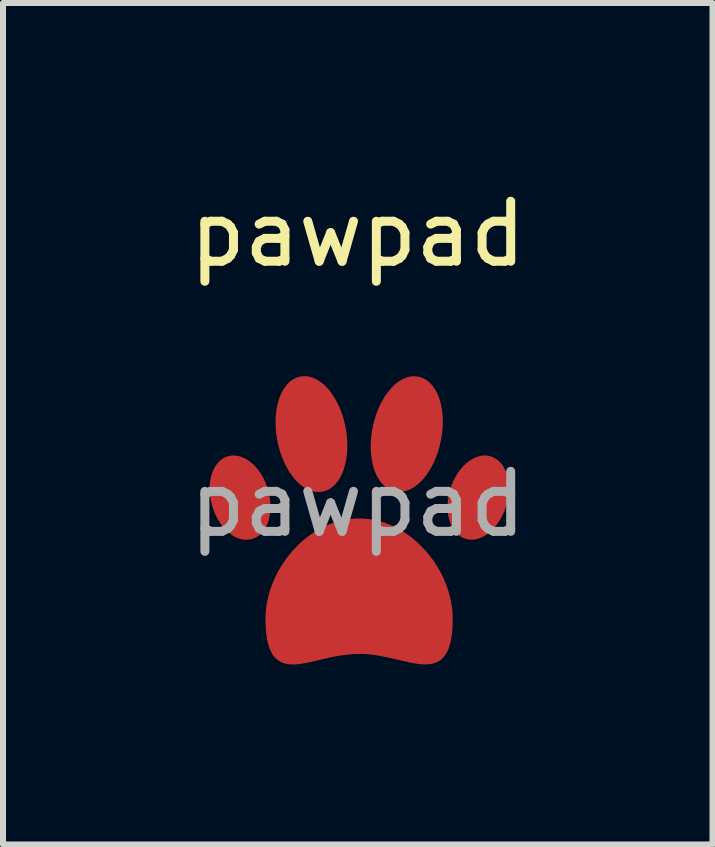
<source format=kicad_pcb>
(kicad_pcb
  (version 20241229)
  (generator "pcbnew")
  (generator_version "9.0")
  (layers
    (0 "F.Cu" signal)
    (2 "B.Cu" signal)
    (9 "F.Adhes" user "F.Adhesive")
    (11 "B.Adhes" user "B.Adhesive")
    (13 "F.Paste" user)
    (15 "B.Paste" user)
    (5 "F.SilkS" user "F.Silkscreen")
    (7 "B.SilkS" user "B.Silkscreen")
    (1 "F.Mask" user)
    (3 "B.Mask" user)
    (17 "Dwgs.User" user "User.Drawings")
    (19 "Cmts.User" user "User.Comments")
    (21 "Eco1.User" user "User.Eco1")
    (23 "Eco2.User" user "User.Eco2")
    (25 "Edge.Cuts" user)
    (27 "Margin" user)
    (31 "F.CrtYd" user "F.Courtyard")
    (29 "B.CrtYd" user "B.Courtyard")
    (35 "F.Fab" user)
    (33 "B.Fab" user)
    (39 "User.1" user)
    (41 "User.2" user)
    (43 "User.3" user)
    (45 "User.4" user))
  (footprint "pawpad"
    (layer "F.Cu")
    (at 2.911 5.348)
    (property "Reference" "pawpad" (at 0 -4.5 0) (unlocked yes) (layer "F.SilkS") (effects (font (size 1 1) (thickness 0.15))))
    (attr smd)
    (fp_text user "${REFERENCE}" (at 0 0 0) (unlocked yes) (layer "F.Fab") (effects (font (size 1 1) (thickness 0.15))))
    (pad "1" smd custom (at -1.962 -0.107) (size 0.1 0.1) (layers "F.Cu" "F.Mask") (options (anchor circle)) (primitives (gr_poly (pts (xy -0.078 -0.65) (xy -0.056 -0.647) (xy -0.034 -0.643) (xy -0.011 -0.637) (xy 0.011 -0.63) (xy 0.033 -0.621) (xy 0.055 -0.611) (xy 0.077 -0.599) (xy 0.098 -0.586) (xy 0.12 -0.572) (xy 0.141 -0.556) (xy 0.161 -0.539) (xy 0.182 -0.521) (xy 0.202 -0.502) (xy 0.221 -0.481) (xy 0.24 -0.459) (xy 0.259 -0.437) (xy 0.277 -0.413) (xy 0.294 -0.388) (xy 0.31 -0.362) (xy 0.327 -0.335) (xy 0.342 -0.307) (xy 0.356 -0.279) (xy 0.37 -0.249) (xy 0.383 -0.219) (xy 0.395 -0.187) (xy 0.406 -0.155) (xy 0.416 -0.122) (xy 0.434 -0.056) (xy 0.446 0.009) (xy 0.454 0.073) (xy 0.457 0.136) (xy 0.456 0.197) (xy 0.451 0.256) (xy 0.441 0.312) (xy 0.428 0.366) (xy 0.41 0.416) (xy 0.389 0.462) (xy 0.364 0.504) (xy 0.35 0.523) (xy 0.336 0.542) (xy 0.32 0.559) (xy 0.304 0.575) (xy 0.286 0.589) (xy 0.269 0.602) (xy 0.25 0.614) (xy 0.23 0.624) (xy 0.21 0.633) (xy 0.188 0.64) (xy 0.167 0.645) (xy 0.145 0.649) (xy 0.123 0.651) (xy 0.101 0.651) (xy 0.078 0.65) (xy 0.056 0.647) (xy 0.034 0.643) (xy 0.011 0.637) (xy -0.011 0.63) (xy -0.033 0.621) (xy -0.055 0.611) (xy -0.077 0.599) (xy -0.098 0.586) (xy -0.12 0.572) (xy -0.141 0.556) (xy -0.161 0.539) (xy -0.182 0.521) (xy -0.202 0.502) (xy -0.221 0.481) (xy -0.24 0.459) (xy -0.259 0.437) (xy -0.276 0.413) (xy -0.294 0.388) (xy -0.31 0.362) (xy -0.326 0.335) (xy -0.342 0.307) (xy -0.356 0.279) (xy -0.37 0.249) (xy -0.383 0.219) (xy -0.395 0.187) (xy -0.406 0.155) (xy -0.416 0.122) (xy -0.433 0.056) (xy -0.446 -0.009) (xy -0.454 -0.073) (xy -0.457 -0.136) (xy -0.456 -0.197) (xy -0.451 -0.256) (xy -0.441 -0.312) (xy -0.428 -0.366) (xy -0.41 -0.416) (xy -0.389 -0.462) (xy -0.364 -0.504) (xy -0.35 -0.523) (xy -0.336 -0.542) (xy -0.32 -0.559) (xy -0.304 -0.575) (xy -0.287 -0.589) (xy -0.269 -0.602) (xy -0.25 -0.614) (xy -0.23 -0.624) (xy -0.21 -0.633) (xy -0.188 -0.64) (xy -0.167 -0.645) (xy -0.145 -0.649) (xy -0.123 -0.651) (xy -0.101 -0.651)) (width 0.1) (fill yes))))
    (pad "2" smd custom (at -0.772 -1.166) (size 0.1 0.1) (layers "F.Cu" "F.Mask") (options (anchor circle)) (primitives (gr_poly (pts (xy -0.094 -0.914) (xy -0.067 -0.911) (xy -0.04 -0.906) (xy -0.013 -0.898) (xy 0.014 -0.889) (xy 0.041 -0.877) (xy 0.067 -0.863) (xy 0.094 -0.847) (xy 0.12 -0.83) (xy 0.145 -0.81) (xy 0.171 -0.788) (xy 0.195 -0.765) (xy 0.22 -0.74) (xy 0.244 -0.714) (xy 0.267 -0.685) (xy 0.29 -0.656) (xy 0.312 -0.624) (xy 0.333 -0.591) (xy 0.354 -0.557) (xy 0.373 -0.521) (xy 0.393 -0.484) (xy 0.411 -0.446) (xy 0.428 -0.407) (xy 0.444 -0.366) (xy 0.46 -0.324) (xy 0.474 -0.281) (xy 0.487 -0.237) (xy 0.499 -0.192) (xy 0.51 -0.147) (xy 0.52 -0.1) (xy 0.535 -0.007) (xy 0.544 0.085) (xy 0.548 0.175) (xy 0.547 0.262) (xy 0.54 0.345) (xy 0.529 0.425) (xy 0.512 0.501) (xy 0.491 0.572) (xy 0.466 0.638) (xy 0.436 0.698) (xy 0.402 0.752) (xy 0.364 0.799) (xy 0.343 0.82) (xy 0.322 0.839) (xy 0.299 0.856) (xy 0.276 0.871) (xy 0.252 0.884) (xy 0.227 0.894) (xy 0.202 0.903) (xy 0.175 0.909) (xy 0.148 0.913) (xy 0.121 0.915) (xy 0.094 0.914) (xy 0.067 0.911) (xy 0.04 0.906) (xy 0.013 0.898) (xy -0.014 0.888) (xy -0.041 0.877) (xy -0.067 0.863) (xy -0.094 0.847) (xy -0.12 0.83) (xy -0.145 0.81) (xy -0.171 0.788) (xy -0.195 0.765) (xy -0.22 0.74) (xy -0.243 0.714) (xy -0.267 0.685) (xy -0.289 0.656) (xy -0.311 0.624) (xy -0.333 0.591) (xy -0.353 0.557) (xy -0.373 0.521) (xy -0.392 0.484) (xy -0.41 0.446) (xy -0.428 0.407) (xy -0.444 0.366) (xy -0.459 0.324) (xy -0.474 0.281) (xy -0.487 0.237) (xy -0.499 0.193) (xy -0.51 0.147) (xy -0.519 0.1) (xy -0.535 0.007) (xy -0.544 -0.085) (xy -0.548 -0.175) (xy -0.547 -0.262) (xy -0.54 -0.345) (xy -0.529 -0.425) (xy -0.512 -0.501) (xy -0.491 -0.572) (xy -0.466 -0.638) (xy -0.436 -0.698) (xy -0.402 -0.752) (xy -0.364 -0.799) (xy -0.343 -0.82) (xy -0.322 -0.839) (xy -0.3 -0.856) (xy -0.276 -0.871) (xy -0.252 -0.884) (xy -0.228 -0.894) (xy -0.202 -0.903) (xy -0.175 -0.909) (xy -0.148 -0.913) (xy -0.121 -0.915)) (width 0.1) (fill yes))))
    (pad "3" smd custom (at 0.816 -1.166) (size 0.1 0.1) (layers "F.Cu" "F.Mask") (options (anchor circle)) (primitives (gr_poly (pts (xy 0.158 -0.912) (xy 0.185 -0.907) (xy 0.212 -0.901) (xy 0.237 -0.892) (xy 0.262 -0.881) (xy 0.286 -0.868) (xy 0.309 -0.852) (xy 0.331 -0.835) (xy 0.352 -0.816) (xy 0.372 -0.795) (xy 0.392 -0.772) (xy 0.41 -0.747) (xy 0.427 -0.721) (xy 0.444 -0.693) (xy 0.459 -0.664) (xy 0.473 -0.633) (xy 0.486 -0.6) (xy 0.498 -0.567) (xy 0.508 -0.532) (xy 0.518 -0.495) (xy 0.526 -0.458) (xy 0.533 -0.419) (xy 0.539 -0.38) (xy 0.544 -0.339) (xy 0.548 -0.298) (xy 0.55 -0.256) (xy 0.551 -0.212) (xy 0.55 -0.169) (xy 0.548 -0.124) (xy 0.545 -0.079) (xy 0.541 -0.033) (xy 0.535 0.013) (xy 0.527 0.059) (xy 0.518 0.106) (xy 0.497 0.198) (xy 0.471 0.287) (xy 0.44 0.371) (xy 0.406 0.451) (xy 0.367 0.526) (xy 0.326 0.595) (xy 0.282 0.659) (xy 0.235 0.717) (xy 0.187 0.767) (xy 0.136 0.812) (xy 0.11 0.831) (xy 0.084 0.848) (xy 0.058 0.864) (xy 0.031 0.877) (xy 0.004 0.889) (xy -0.023 0.898) (xy -0.05 0.905) (xy -0.077 0.91) (xy -0.104 0.913) (xy -0.131 0.913) (xy -0.158 0.912) (xy -0.185 0.907) (xy -0.212 0.901) (xy -0.237 0.892) (xy -0.262 0.881) (xy -0.286 0.868) (xy -0.309 0.852) (xy -0.331 0.835) (xy -0.352 0.816) (xy -0.372 0.795) (xy -0.392 0.772) (xy -0.41 0.747) (xy -0.427 0.721) (xy -0.444 0.693) (xy -0.459 0.664) (xy -0.473 0.633) (xy -0.486 0.6) (xy -0.498 0.567) (xy -0.508 0.532) (xy -0.518 0.495) (xy -0.526 0.458) (xy -0.533 0.419) (xy -0.539 0.38) (xy -0.544 0.339) (xy -0.548 0.298) (xy -0.55 0.256) (xy -0.551 0.212) (xy -0.55 0.169) (xy -0.548 0.124) (xy -0.545 0.079) (xy -0.541 0.033) (xy -0.535 -0.013) (xy -0.527 -0.059) (xy -0.518 -0.106) (xy -0.497 -0.198) (xy -0.47 -0.287) (xy -0.44 -0.371) (xy -0.406 -0.451) (xy -0.367 -0.526) (xy -0.326 -0.595) (xy -0.282 -0.659) (xy -0.235 -0.717) (xy -0.187 -0.768) (xy -0.136 -0.812) (xy -0.11 -0.831) (xy -0.084 -0.848) (xy -0.058 -0.864) (xy -0.031 -0.877) (xy -0.004 -0.889) (xy 0.023 -0.898) (xy 0.05 -0.905) (xy 0.077 -0.91) (xy 0.104 -0.913) (xy 0.131 -0.913)) (width 0.1) (fill yes))))
    (pad "4" smd custom (at 2.006 -0.108) (size 0.1 0.1) (layers "F.Cu" "F.Mask") (options (anchor circle)) (primitives (gr_poly (pts (xy 0.129 -0.65) (xy 0.151 -0.648) (xy 0.173 -0.644) (xy 0.195 -0.638) (xy 0.216 -0.631) (xy 0.237 -0.622) (xy 0.256 -0.611) (xy 0.275 -0.599) (xy 0.293 -0.586) (xy 0.31 -0.572) (xy 0.327 -0.555) (xy 0.342 -0.538) (xy 0.356 -0.52) (xy 0.37 -0.5) (xy 0.383 -0.48) (xy 0.395 -0.458) (xy 0.406 -0.435) (xy 0.415 -0.411) (xy 0.424 -0.387) (xy 0.432 -0.361) (xy 0.44 -0.335) (xy 0.446 -0.308) (xy 0.451 -0.28) (xy 0.455 -0.251) (xy 0.457 -0.222) (xy 0.459 -0.192) (xy 0.46 -0.162) (xy 0.46 -0.131) (xy 0.458 -0.1) (xy 0.456 -0.068) (xy 0.452 -0.036) (xy 0.447 -0.004) (xy 0.442 0.029) (xy 0.434 0.061) (xy 0.426 0.094) (xy 0.417 0.127) (xy 0.395 0.192) (xy 0.369 0.253) (xy 0.34 0.311) (xy 0.308 0.366) (xy 0.273 0.416) (xy 0.236 0.462) (xy 0.197 0.504) (xy 0.157 0.541) (xy 0.136 0.558) (xy 0.115 0.573) (xy 0.093 0.588) (xy 0.071 0.6) (xy 0.049 0.612) (xy 0.027 0.622) (xy 0.005 0.63) (xy -0.018 0.637) (xy -0.04 0.643) (xy -0.062 0.647) (xy -0.085 0.65) (xy -0.107 0.651) (xy -0.129 0.65) (xy -0.151 0.648) (xy -0.173 0.644) (xy -0.195 0.638) (xy -0.216 0.631) (xy -0.237 0.622) (xy -0.256 0.611) (xy -0.275 0.599) (xy -0.293 0.586) (xy -0.31 0.572) (xy -0.327 0.555) (xy -0.342 0.538) (xy -0.356 0.52) (xy -0.37 0.5) (xy -0.383 0.48) (xy -0.395 0.458) (xy -0.406 0.435) (xy -0.416 0.411) (xy -0.424 0.387) (xy -0.432 0.361) (xy -0.44 0.335) (xy -0.446 0.308) (xy -0.451 0.28) (xy -0.455 0.251) (xy -0.457 0.222) (xy -0.459 0.192) (xy -0.46 0.162) (xy -0.46 0.131) (xy -0.458 0.1) (xy -0.456 0.068) (xy -0.452 0.036) (xy -0.447 0.004) (xy -0.442 -0.029) (xy -0.434 -0.061) (xy -0.426 -0.094) (xy -0.417 -0.127) (xy -0.395 -0.192) (xy -0.369 -0.253) (xy -0.34 -0.311) (xy -0.308 -0.366) (xy -0.273 -0.416) (xy -0.236 -0.462) (xy -0.197 -0.504) (xy -0.157 -0.541) (xy -0.136 -0.558) (xy -0.115 -0.573) (xy -0.093 -0.588) (xy -0.071 -0.6) (xy -0.049 -0.612) (xy -0.027 -0.622) (xy -0.005 -0.63) (xy 0.018 -0.637) (xy 0.04 -0.643) (xy 0.062 -0.647) (xy 0.085 -0.65) (xy 0.107 -0.651)) (width 0.1) (fill yes))))
    (pad "5" smd custom (at 0.033 1.584) (size 0.1 0.1) (layers "F.Cu" "F.Mask") (options (anchor circle)) (primitives (gr_poly (pts (xy 0.067 -1.292) (xy 0.143 -1.284) (xy 0.219 -1.273) (xy 0.293 -1.256) (xy 0.366 -1.236) (xy 0.438 -1.211) (xy 0.508 -1.183) (xy 0.577 -1.15) (xy 0.644 -1.114) (xy 0.709 -1.075) (xy 0.772 -1.032) (xy 0.833 -0.987) (xy 0.892 -0.938) (xy 0.949 -0.886) (xy 1.004 -0.832) (xy 1.057 -0.776) (xy 1.107 -0.717) (xy 1.154 -0.656) (xy 1.199 -0.593) (xy 1.241 -0.529) (xy 1.28 -0.463) (xy 1.317 -0.395) (xy 1.35 -0.326) (xy 1.38 -0.256) (xy 1.407 -0.185) (xy 1.431 -0.114) (xy 1.451 -0.041) (xy 1.468 0.031) (xy 1.481 0.104) (xy 1.491 0.177) (xy 1.497 0.251) (xy 1.499 0.323) (xy 1.497 0.429) (xy 1.491 0.525) (xy 1.481 0.611) (xy 1.468 0.687) (xy 1.451 0.754) (xy 1.431 0.814) (xy 1.407 0.865) (xy 1.38 0.908) (xy 1.35 0.944) (xy 1.317 0.974) (xy 1.28 0.997) (xy 1.241 1.015) (xy 1.199 1.028) (xy 1.154 1.035) (xy 1.107 1.038) (xy 1.057 1.038) (xy 1.004 1.033) (xy 0.95 1.026) (xy 0.833 1.005) (xy 0.577 0.945) (xy 0.438 0.914) (xy 0.293 0.888) (xy 0.219 0.877) (xy 0.143 0.869) (xy 0.067 0.864) (xy -0.011 0.863) (xy -0.089 0.864) (xy -0.165 0.869) (xy -0.315 0.888) (xy -0.46 0.914) (xy -0.599 0.945) (xy -0.855 1.005) (xy -0.971 1.026) (xy -1.078 1.038) (xy -1.128 1.038) (xy -1.176 1.035) (xy -1.221 1.028) (xy -1.263 1.015) (xy -1.302 0.998) (xy -1.338 0.974) (xy -1.372 0.944) (xy -1.402 0.908) (xy -1.429 0.865) (xy -1.453 0.814) (xy -1.473 0.754) (xy -1.49 0.687) (xy -1.503 0.611) (xy -1.513 0.525) (xy -1.519 0.429) (xy -1.521 0.323) (xy -1.519 0.251) (xy -1.513 0.177) (xy -1.503 0.104) (xy -1.49 0.031) (xy -1.473 -0.041) (xy -1.453 -0.114) (xy -1.429 -0.185) (xy -1.402 -0.256) (xy -1.372 -0.326) (xy -1.338 -0.395) (xy -1.302 -0.463) (xy -1.263 -0.529) (xy -1.221 -0.593) (xy -1.176 -0.656) (xy -1.128 -0.717) (xy -1.078 -0.776) (xy -1.026 -0.832) (xy -0.971 -0.886) (xy -0.914 -0.938) (xy -0.855 -0.987) (xy -0.794 -1.032) (xy -0.731 -1.075) (xy -0.665 -1.114) (xy -0.599 -1.15) (xy -0.53 -1.183) (xy -0.46 -1.211) (xy -0.388 -1.236) (xy -0.315 -1.256) (xy -0.241 -1.273) (xy -0.165 -1.284) (xy -0.089 -1.292) (xy -0.011 -1.294)) (width 0.1) (fill yes)))))
  (gr_rect
    (start -3 -3)
    (end 8.821 11.02)
    (stroke (width 0.1) (type default))
    (fill no)
    (layer "Edge.Cuts")))
</source>
